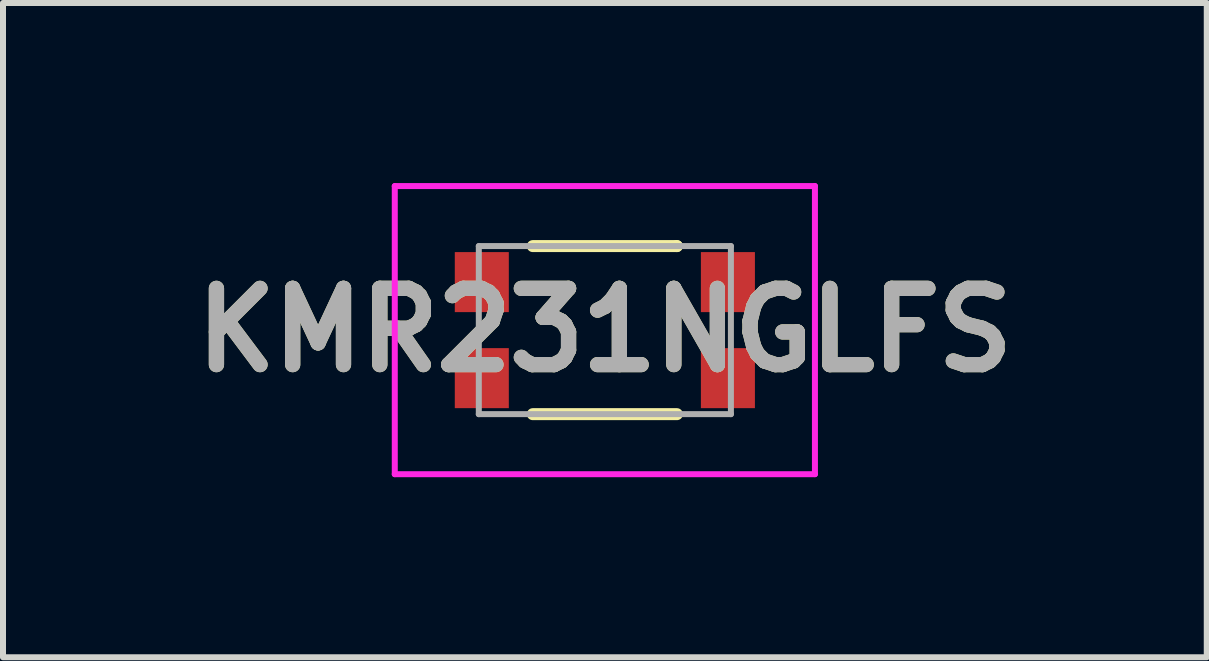
<source format=kicad_pcb>
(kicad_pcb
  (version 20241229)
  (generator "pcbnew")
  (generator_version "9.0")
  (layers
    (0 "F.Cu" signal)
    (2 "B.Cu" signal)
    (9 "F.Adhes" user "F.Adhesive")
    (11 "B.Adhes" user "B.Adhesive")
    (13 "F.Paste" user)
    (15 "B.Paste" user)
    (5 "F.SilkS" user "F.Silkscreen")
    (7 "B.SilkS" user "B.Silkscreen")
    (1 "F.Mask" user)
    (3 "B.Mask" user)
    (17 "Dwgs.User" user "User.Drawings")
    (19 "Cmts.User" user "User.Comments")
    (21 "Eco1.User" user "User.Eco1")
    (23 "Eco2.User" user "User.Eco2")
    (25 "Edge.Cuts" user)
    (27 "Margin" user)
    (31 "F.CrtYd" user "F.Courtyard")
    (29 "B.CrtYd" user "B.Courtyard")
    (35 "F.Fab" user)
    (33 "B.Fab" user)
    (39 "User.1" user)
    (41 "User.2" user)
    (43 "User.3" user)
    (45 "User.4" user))
  (footprint "KMR231NGLFS"
    (layer "F.Cu")
    (at 7.027 2.45)
    (property "Reference" "KMR231NGLFS" (at 0 0 0) (layer "F.SilkS") (effects (font (size 1.27 1.27) (thickness 0.254))))
    (attr smd)
    (fp_line (start -1.2 -1.4) (end 1.2 -1.4) (stroke (width 0.2) (type solid)) (layer "F.SilkS"))
    (fp_line (start -1.2 1.4) (end 1.2 1.4) (stroke (width 0.2) (type solid)) (layer "F.SilkS"))
    (fp_line (start 1.2 -1.4) (end 1.2 -1.4) (stroke (width 0.2) (type solid)) (layer "F.SilkS"))
    (fp_line (start -3.5 -2.4) (end 3.5 -2.4) (stroke (width 0.1) (type solid)) (layer "F.CrtYd"))
    (fp_line (start -3.5 2.4) (end -3.5 -2.4) (stroke (width 0.1) (type solid)) (layer "F.CrtYd"))
    (fp_line (start 3.5 -2.4) (end 3.5 2.4) (stroke (width 0.1) (type solid)) (layer "F.CrtYd"))
    (fp_line (start 3.5 2.4) (end -3.5 2.4) (stroke (width 0.1) (type solid)) (layer "F.CrtYd"))
    (fp_line (start -2.1 -1.4) (end 2.1 -1.4) (stroke (width 0.1) (type solid)) (layer "F.Fab"))
    (fp_line (start -2.1 1.4) (end -2.1 -1.4) (stroke (width 0.1) (type solid)) (layer "F.Fab"))
    (fp_line (start 2.1 -1.4) (end 2.1 1.4) (stroke (width 0.1) (type solid)) (layer "F.Fab"))
    (fp_line (start 2.1 1.4) (end -2.1 1.4) (stroke (width 0.1) (type solid)) (layer "F.Fab"))
    (fp_text user "${REFERENCE}" (at 0 0 0) (layer "F.Fab") (effects (font (size 1.27 1.27) (thickness 0.254))))
    (pad "1" smd rect (at -2.05 -0.8) (size 0.9 1) (layers "F.Cu" "F.Mask" "F.Paste"))
    (pad "2" smd rect (at -2.05 0.8) (size 0.9 1) (layers "F.Cu" "F.Mask" "F.Paste"))
    (pad "3" smd rect (at 2.05 0.8) (size 0.9 1) (layers "F.Cu" "F.Mask" "F.Paste"))
    (pad "4" smd rect (at 2.05 -0.8) (size 0.9 1) (layers "F.Cu" "F.Mask" "F.Paste")))
  (gr_rect
    (start -3 -3)
    (end 17.055 7.9)
    (stroke (width 0.1) (type default))
    (fill no)
    (layer "Edge.Cuts")))
</source>
